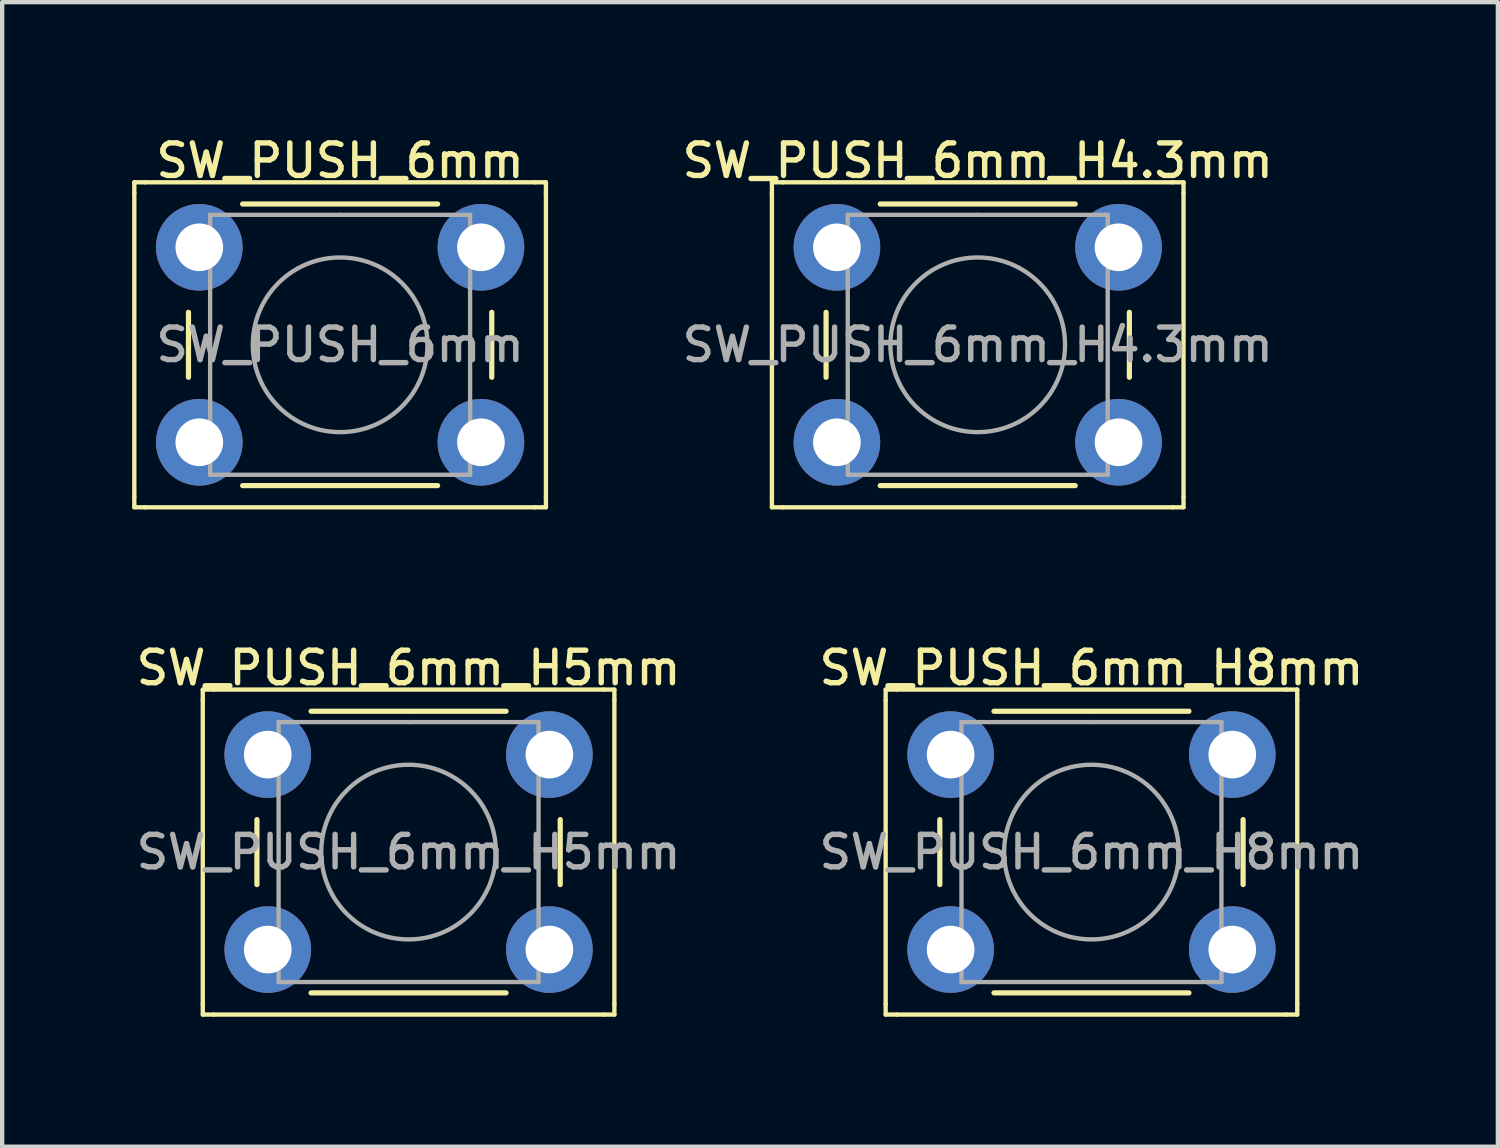
<source format=kicad_pcb>
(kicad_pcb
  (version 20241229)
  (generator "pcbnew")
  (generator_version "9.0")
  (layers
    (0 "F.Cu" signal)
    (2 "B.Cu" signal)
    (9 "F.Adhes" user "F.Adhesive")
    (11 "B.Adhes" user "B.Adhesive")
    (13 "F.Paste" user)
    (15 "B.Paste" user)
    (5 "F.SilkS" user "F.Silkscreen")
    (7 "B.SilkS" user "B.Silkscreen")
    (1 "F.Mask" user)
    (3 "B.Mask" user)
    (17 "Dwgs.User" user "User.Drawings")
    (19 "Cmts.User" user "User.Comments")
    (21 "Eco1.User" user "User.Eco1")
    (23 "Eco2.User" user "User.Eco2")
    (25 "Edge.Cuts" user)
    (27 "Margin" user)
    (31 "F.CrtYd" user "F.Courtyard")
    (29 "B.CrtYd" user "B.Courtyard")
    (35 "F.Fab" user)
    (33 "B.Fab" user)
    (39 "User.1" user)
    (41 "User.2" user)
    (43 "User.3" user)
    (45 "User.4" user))
  (footprint "SW_PUSH_6mm_H8mm"
    (layer "F.Cu")
    (at 18.891 14.366)
    (property "Reference" "SW_PUSH_6mm_H8mm" (at 3.25 -2 0) (layer "F.SilkS") (effects (font (size 0.75 0.75) (thickness 0.125))))
    (attr through_hole)
    (fp_line (start -1.5 -1.5) (end -1.25 -1.5) (stroke (width 0.1) (type solid)) (layer "F.SilkS"))
    (fp_line (start -1.5 -1.25) (end -1.5 -1.5) (stroke (width 0.1) (type solid)) (layer "F.SilkS"))
    (fp_line (start -1.5 5.75) (end -1.5 -1.25) (stroke (width 0.1) (type solid)) (layer "F.SilkS"))
    (fp_line (start -1.5 5.75) (end -1.5 6) (stroke (width 0.1) (type solid)) (layer "F.SilkS"))
    (fp_line (start -1.5 6) (end -1.25 6) (stroke (width 0.1) (type solid)) (layer "F.SilkS"))
    (fp_line (start -1.25 -1.5) (end 7.75 -1.5) (stroke (width 0.1) (type solid)) (layer "F.SilkS"))
    (fp_line (start -0.25 1.5) (end -0.25 3) (stroke (width 0.12) (type solid)) (layer "F.SilkS"))
    (fp_line (start 1 5.5) (end 5.5 5.5) (stroke (width 0.12) (type solid)) (layer "F.SilkS"))
    (fp_line (start 5.5 -1) (end 1 -1) (stroke (width 0.12) (type solid)) (layer "F.SilkS"))
    (fp_line (start 6.75 3) (end 6.75 1.5) (stroke (width 0.12) (type solid)) (layer "F.SilkS"))
    (fp_line (start 7.75 -1.5) (end 8 -1.5) (stroke (width 0.1) (type solid)) (layer "F.SilkS"))
    (fp_line (start 7.75 6) (end -1.25 6) (stroke (width 0.1) (type solid)) (layer "F.SilkS"))
    (fp_line (start 7.75 6) (end 8 6) (stroke (width 0.1) (type solid)) (layer "F.SilkS"))
    (fp_line (start 8 -1.5) (end 8 -1.25) (stroke (width 0.1) (type solid)) (layer "F.SilkS"))
    (fp_line (start 8 -1.25) (end 8 5.75) (stroke (width 0.1) (type solid)) (layer "F.SilkS"))
    (fp_line (start 8 6) (end 8 5.75) (stroke (width 0.1) (type solid)) (layer "F.SilkS"))
    (fp_line (start 0.25 -0.75) (end 3.25 -0.75) (stroke (width 0.1) (type solid)) (layer "F.Fab"))
    (fp_line (start 0.25 5.25) (end 0.25 -0.75) (stroke (width 0.1) (type solid)) (layer "F.Fab"))
    (fp_line (start 3.25 -0.75) (end 6.25 -0.75) (stroke (width 0.1) (type solid)) (layer "F.Fab"))
    (fp_line (start 6.25 -0.75) (end 6.25 5.25) (stroke (width 0.1) (type solid)) (layer "F.Fab"))
    (fp_line (start 6.25 5.25) (end 0.25 5.25) (stroke (width 0.1) (type solid)) (layer "F.Fab"))
    (fp_circle (center 3.25 2.25) (end 1.25 2.5) (stroke (width 0.1) (type solid)) (fill no) (layer "F.Fab"))
    (fp_text user "${REFERENCE}" (at 3.25 2.25 0) (layer "F.Fab") (effects (font (size 0.75 0.75) (thickness 0.125))))
    (pad "1" thru_hole circle (at 0 0 90) (size 2 2) (drill 1.1) (layers "*.Cu" "*.Mask"))
    (pad "1" thru_hole circle (at 6.5 0 90) (size 2 2) (drill 1.1) (layers "*.Cu" "*.Mask"))
    (pad "2" thru_hole circle (at 0 4.5 90) (size 2 2) (drill 1.1) (layers "*.Cu" "*.Mask"))
    (pad "2" thru_hole circle (at 6.5 4.5 90) (size 2 2) (drill 1.1) (layers "*.Cu" "*.Mask")))
  (footprint "SW_PUSH_6mm_H5mm"
    (layer "F.Cu")
    (at 3.13 14.366)
    (property "Reference" "SW_PUSH_6mm_H5mm" (at 3.25 -2 0) (layer "F.SilkS") (effects (font (size 0.75 0.75) (thickness 0.125))))
    (attr through_hole)
    (fp_line (start -1.5 -1.5) (end -1.25 -1.5) (stroke (width 0.1) (type solid)) (layer "F.SilkS"))
    (fp_line (start -1.5 -1.25) (end -1.5 -1.5) (stroke (width 0.1) (type solid)) (layer "F.SilkS"))
    (fp_line (start -1.5 5.75) (end -1.5 -1.25) (stroke (width 0.1) (type solid)) (layer "F.SilkS"))
    (fp_line (start -1.5 5.75) (end -1.5 6) (stroke (width 0.1) (type solid)) (layer "F.SilkS"))
    (fp_line (start -1.5 6) (end -1.25 6) (stroke (width 0.1) (type solid)) (layer "F.SilkS"))
    (fp_line (start -1.25 -1.5) (end 7.75 -1.5) (stroke (width 0.1) (type solid)) (layer "F.SilkS"))
    (fp_line (start -0.25 1.5) (end -0.25 3) (stroke (width 0.12) (type solid)) (layer "F.SilkS"))
    (fp_line (start 1 5.5) (end 5.5 5.5) (stroke (width 0.12) (type solid)) (layer "F.SilkS"))
    (fp_line (start 5.5 -1) (end 1 -1) (stroke (width 0.12) (type solid)) (layer "F.SilkS"))
    (fp_line (start 6.75 3) (end 6.75 1.5) (stroke (width 0.12) (type solid)) (layer "F.SilkS"))
    (fp_line (start 7.75 -1.5) (end 8 -1.5) (stroke (width 0.1) (type solid)) (layer "F.SilkS"))
    (fp_line (start 7.75 6) (end -1.25 6) (stroke (width 0.1) (type solid)) (layer "F.SilkS"))
    (fp_line (start 7.75 6) (end 8 6) (stroke (width 0.1) (type solid)) (layer "F.SilkS"))
    (fp_line (start 8 -1.5) (end 8 -1.25) (stroke (width 0.1) (type solid)) (layer "F.SilkS"))
    (fp_line (start 8 -1.25) (end 8 5.75) (stroke (width 0.1) (type solid)) (layer "F.SilkS"))
    (fp_line (start 8 6) (end 8 5.75) (stroke (width 0.1) (type solid)) (layer "F.SilkS"))
    (fp_line (start 0.25 -0.75) (end 3.25 -0.75) (stroke (width 0.1) (type solid)) (layer "F.Fab"))
    (fp_line (start 0.25 5.25) (end 0.25 -0.75) (stroke (width 0.1) (type solid)) (layer "F.Fab"))
    (fp_line (start 3.25 -0.75) (end 6.25 -0.75) (stroke (width 0.1) (type solid)) (layer "F.Fab"))
    (fp_line (start 6.25 -0.75) (end 6.25 5.25) (stroke (width 0.1) (type solid)) (layer "F.Fab"))
    (fp_line (start 6.25 5.25) (end 0.25 5.25) (stroke (width 0.1) (type solid)) (layer "F.Fab"))
    (fp_circle (center 3.25 2.25) (end 1.25 2.5) (stroke (width 0.1) (type solid)) (fill no) (layer "F.Fab"))
    (fp_text user "${REFERENCE}" (at 3.25 2.25 0) (layer "F.Fab") (effects (font (size 0.75 0.75) (thickness 0.125))))
    (pad "1" thru_hole circle (at 0 0 90) (size 2 2) (drill 1.1) (layers "*.Cu" "*.Mask"))
    (pad "1" thru_hole circle (at 6.5 0 90) (size 2 2) (drill 1.1) (layers "*.Cu" "*.Mask"))
    (pad "2" thru_hole circle (at 0 4.5 90) (size 2 2) (drill 1.1) (layers "*.Cu" "*.Mask"))
    (pad "2" thru_hole circle (at 6.5 4.5 90) (size 2 2) (drill 1.1) (layers "*.Cu" "*.Mask")))
  (footprint "SW_PUSH_6mm"
    (layer "F.Cu")
    (at 1.55 2.658)
    (property "Reference" "SW_PUSH_6mm" (at 3.25 -2 0) (layer "F.SilkS") (effects (font (size 0.75 0.75) (thickness 0.125))))
    (attr through_hole)
    (fp_line (start -1.5 -1.5) (end -1.25 -1.5) (stroke (width 0.1) (type solid)) (layer "F.SilkS"))
    (fp_line (start -1.5 -1.25) (end -1.5 -1.5) (stroke (width 0.1) (type solid)) (layer "F.SilkS"))
    (fp_line (start -1.5 5.75) (end -1.5 -1.25) (stroke (width 0.1) (type solid)) (layer "F.SilkS"))
    (fp_line (start -1.5 5.75) (end -1.5 6) (stroke (width 0.1) (type solid)) (layer "F.SilkS"))
    (fp_line (start -1.5 6) (end -1.25 6) (stroke (width 0.1) (type solid)) (layer "F.SilkS"))
    (fp_line (start -1.25 -1.5) (end 7.75 -1.5) (stroke (width 0.1) (type solid)) (layer "F.SilkS"))
    (fp_line (start -0.25 1.5) (end -0.25 3) (stroke (width 0.12) (type solid)) (layer "F.SilkS"))
    (fp_line (start 1 5.5) (end 5.5 5.5) (stroke (width 0.12) (type solid)) (layer "F.SilkS"))
    (fp_line (start 5.5 -1) (end 1 -1) (stroke (width 0.12) (type solid)) (layer "F.SilkS"))
    (fp_line (start 6.75 3) (end 6.75 1.5) (stroke (width 0.12) (type solid)) (layer "F.SilkS"))
    (fp_line (start 7.75 -1.5) (end 8 -1.5) (stroke (width 0.1) (type solid)) (layer "F.SilkS"))
    (fp_line (start 7.75 6) (end -1.25 6) (stroke (width 0.1) (type solid)) (layer "F.SilkS"))
    (fp_line (start 7.75 6) (end 8 6) (stroke (width 0.1) (type solid)) (layer "F.SilkS"))
    (fp_line (start 8 -1.5) (end 8 -1.25) (stroke (width 0.1) (type solid)) (layer "F.SilkS"))
    (fp_line (start 8 -1.25) (end 8 5.75) (stroke (width 0.1) (type solid)) (layer "F.SilkS"))
    (fp_line (start 8 6) (end 8 5.75) (stroke (width 0.1) (type solid)) (layer "F.SilkS"))
    (fp_line (start 0.25 -0.75) (end 3.25 -0.75) (stroke (width 0.1) (type solid)) (layer "F.Fab"))
    (fp_line (start 0.25 5.25) (end 0.25 -0.75) (stroke (width 0.1) (type solid)) (layer "F.Fab"))
    (fp_line (start 3.25 -0.75) (end 6.25 -0.75) (stroke (width 0.1) (type solid)) (layer "F.Fab"))
    (fp_line (start 6.25 -0.75) (end 6.25 5.25) (stroke (width 0.1) (type solid)) (layer "F.Fab"))
    (fp_line (start 6.25 5.25) (end 0.25 5.25) (stroke (width 0.1) (type solid)) (layer "F.Fab"))
    (fp_circle (center 3.25 2.25) (end 1.25 2.5) (stroke (width 0.1) (type solid)) (fill no) (layer "F.Fab"))
    (fp_text user "${REFERENCE}" (at 3.25 2.25 0) (layer "F.Fab") (effects (font (size 0.75 0.75) (thickness 0.125))))
    (pad "1" thru_hole circle (at 0 0 90) (size 2 2) (drill 1.1) (layers "*.Cu" "*.Mask"))
    (pad "1" thru_hole circle (at 6.5 0 90) (size 2 2) (drill 1.1) (layers "*.Cu" "*.Mask"))
    (pad "2" thru_hole circle (at 0 4.5 90) (size 2 2) (drill 1.1) (layers "*.Cu" "*.Mask"))
    (pad "2" thru_hole circle (at 6.5 4.5 90) (size 2 2) (drill 1.1) (layers "*.Cu" "*.Mask")))
  (footprint "SW_PUSH_6mm_H4.3mm"
    (layer "F.Cu")
    (at 16.266 2.658)
    (property "Reference" "SW_PUSH_6mm_H4.3mm" (at 3.25 -2 0) (layer "F.SilkS") (effects (font (size 0.75 0.75) (thickness 0.125))))
    (attr through_hole)
    (fp_line (start -1.5 -1.5) (end -1.25 -1.5) (stroke (width 0.1) (type solid)) (layer "F.SilkS"))
    (fp_line (start -1.5 -1.25) (end -1.5 -1.5) (stroke (width 0.1) (type solid)) (layer "F.SilkS"))
    (fp_line (start -1.5 5.75) (end -1.5 -1.25) (stroke (width 0.1) (type solid)) (layer "F.SilkS"))
    (fp_line (start -1.5 5.75) (end -1.5 6) (stroke (width 0.1) (type solid)) (layer "F.SilkS"))
    (fp_line (start -1.5 6) (end -1.25 6) (stroke (width 0.1) (type solid)) (layer "F.SilkS"))
    (fp_line (start -1.25 -1.5) (end 7.75 -1.5) (stroke (width 0.1) (type solid)) (layer "F.SilkS"))
    (fp_line (start -0.25 1.5) (end -0.25 3) (stroke (width 0.12) (type solid)) (layer "F.SilkS"))
    (fp_line (start 1 5.5) (end 5.5 5.5) (stroke (width 0.12) (type solid)) (layer "F.SilkS"))
    (fp_line (start 5.5 -1) (end 1 -1) (stroke (width 0.12) (type solid)) (layer "F.SilkS"))
    (fp_line (start 6.75 3) (end 6.75 1.5) (stroke (width 0.12) (type solid)) (layer "F.SilkS"))
    (fp_line (start 7.75 -1.5) (end 8 -1.5) (stroke (width 0.1) (type solid)) (layer "F.SilkS"))
    (fp_line (start 7.75 6) (end -1.25 6) (stroke (width 0.1) (type solid)) (layer "F.SilkS"))
    (fp_line (start 7.75 6) (end 8 6) (stroke (width 0.1) (type solid)) (layer "F.SilkS"))
    (fp_line (start 8 -1.5) (end 8 -1.25) (stroke (width 0.1) (type solid)) (layer "F.SilkS"))
    (fp_line (start 8 -1.25) (end 8 5.75) (stroke (width 0.1) (type solid)) (layer "F.SilkS"))
    (fp_line (start 8 6) (end 8 5.75) (stroke (width 0.1) (type solid)) (layer "F.SilkS"))
    (fp_line (start 0.25 -0.75) (end 3.25 -0.75) (stroke (width 0.1) (type solid)) (layer "F.Fab"))
    (fp_line (start 0.25 5.25) (end 0.25 -0.75) (stroke (width 0.1) (type solid)) (layer "F.Fab"))
    (fp_line (start 3.25 -0.75) (end 6.25 -0.75) (stroke (width 0.1) (type solid)) (layer "F.Fab"))
    (fp_line (start 6.25 -0.75) (end 6.25 5.25) (stroke (width 0.1) (type solid)) (layer "F.Fab"))
    (fp_line (start 6.25 5.25) (end 0.25 5.25) (stroke (width 0.1) (type solid)) (layer "F.Fab"))
    (fp_circle (center 3.25 2.25) (end 1.25 2.5) (stroke (width 0.1) (type solid)) (fill no) (layer "F.Fab"))
    (fp_text user "${REFERENCE}" (at 3.25 2.25 0) (layer "F.Fab") (effects (font (size 0.75 0.75) (thickness 0.125))))
    (pad "1" thru_hole circle (at 0 0 90) (size 2 2) (drill 1.1) (layers "*.Cu" "*.Mask"))
    (pad "1" thru_hole circle (at 6.5 0 90) (size 2 2) (drill 1.1) (layers "*.Cu" "*.Mask"))
    (pad "2" thru_hole circle (at 0 4.5 90) (size 2 2) (drill 1.1) (layers "*.Cu" "*.Mask"))
    (pad "2" thru_hole circle (at 6.5 4.5 90) (size 2 2) (drill 1.1) (layers "*.Cu" "*.Mask")))
  (gr_rect
    (start -3 -3)
    (end 31.521 23.416)
    (stroke (width 0.1) (type default))
    (fill no)
    (layer "Edge.Cuts")))
</source>
